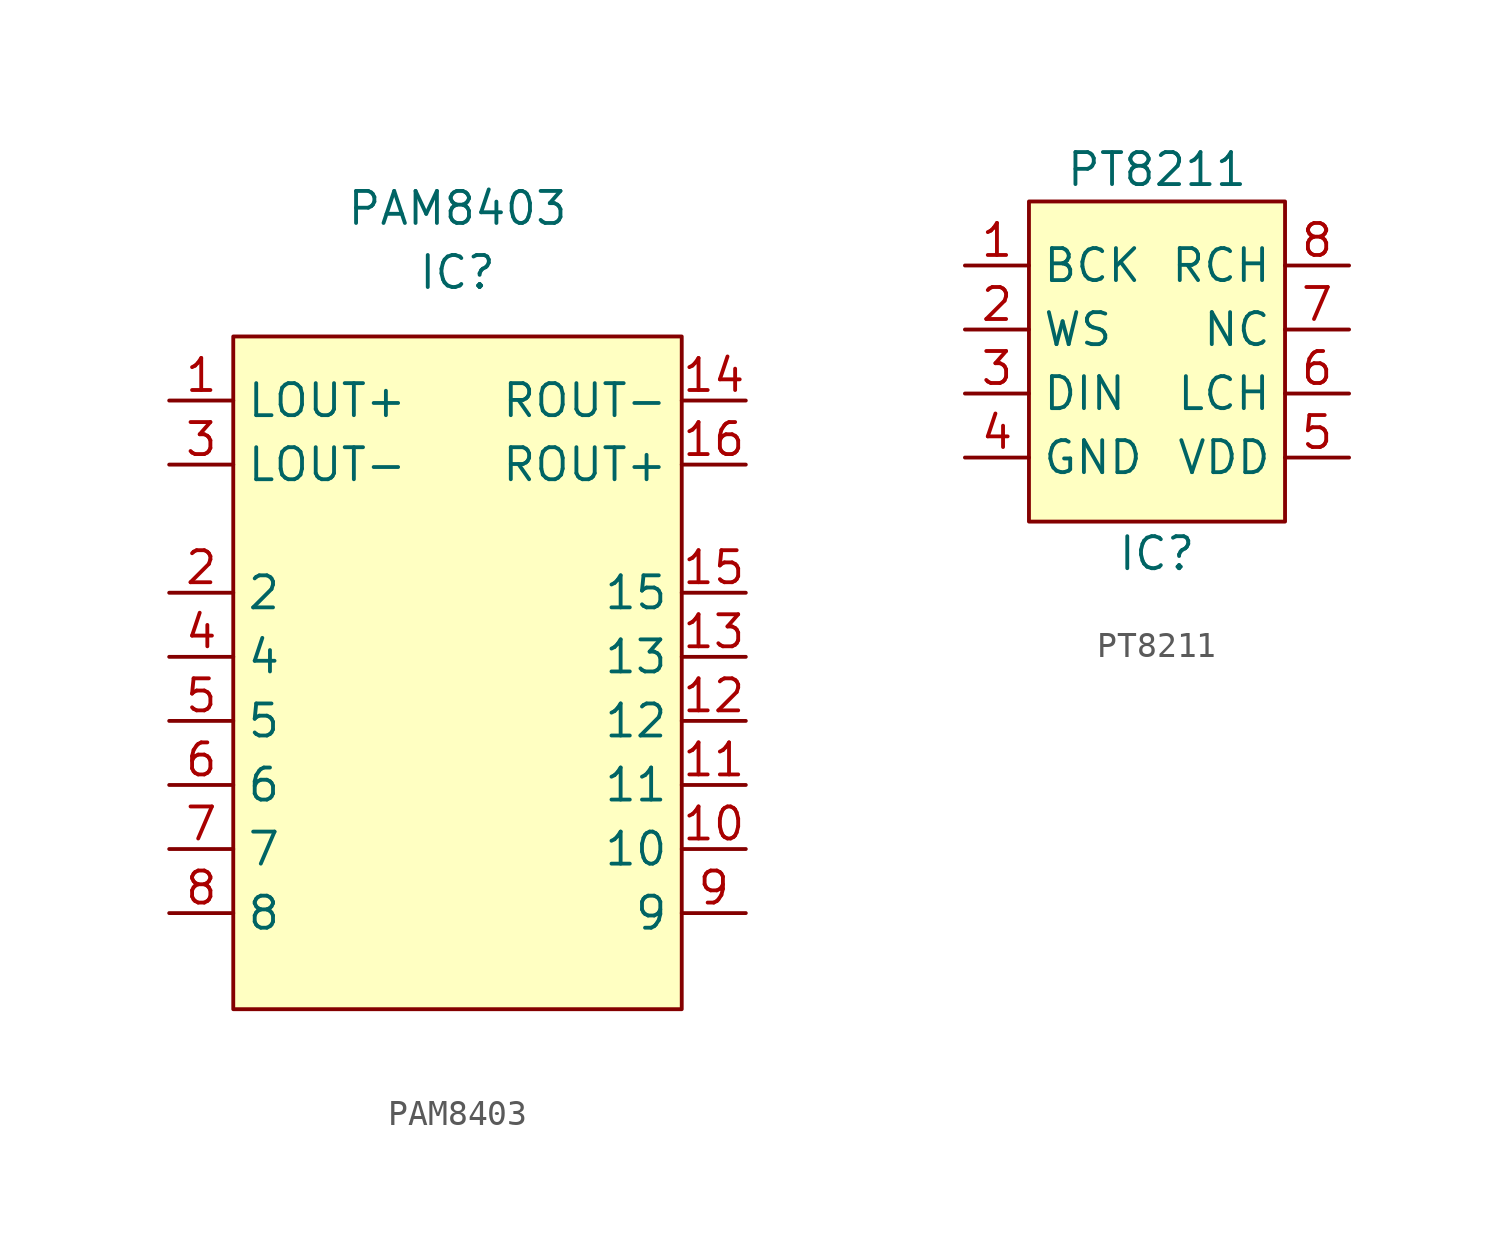
<source format=kicad_sym>
(kicad_symbol_lib
  (version 20211014)
  (generator kicad_symbol_editor)
  (symbol "PAM8403"
    (property "Reference" "IC"
      (at 0 0 0)
      (effects (font (size 1.27 1.27))))
    (property "Value" "PAM8403"
      (at 0 2.54 0)
      (effects (font (size 1.27 1.27))))
    (symbol "PAM8403_0_1"
      (rectangle (start -8.89 -2.54) (end 8.89 -29.21) (stroke (width 0) (type default) (color 0 0 0 0)) (fill (type background))))
    (symbol "PAM8403_1_1"
      (pin passive line (at -11.43 -5.08 0) (length 2.54) (name "LOUT+" (effects (font (size 1.27 1.27)))) (number "1" (effects (font (size 1.27 1.27)))))
      (pin passive line (at 11.43 -22.86 180) (length 2.54) (name "10" (effects (font (size 1.27 1.27)))) (number "10" (effects (font (size 1.27 1.27)))))
      (pin passive line (at 11.43 -20.32 180) (length 2.54) (name "11" (effects (font (size 1.27 1.27)))) (number "11" (effects (font (size 1.27 1.27)))))
      (pin passive line (at 11.43 -17.78 180) (length 2.54) (name "12" (effects (font (size 1.27 1.27)))) (number "12" (effects (font (size 1.27 1.27)))))
      (pin passive line (at 11.43 -15.24 180) (length 2.54) (name "13" (effects (font (size 1.27 1.27)))) (number "13" (effects (font (size 1.27 1.27)))))
      (pin passive line (at 11.43 -5.08 180) (length 2.54) (name "ROUT-" (effects (font (size 1.27 1.27)))) (number "14" (effects (font (size 1.27 1.27)))))
      (pin passive line (at 11.43 -12.7 180) (length 2.54) (name "15" (effects (font (size 1.27 1.27)))) (number "15" (effects (font (size 1.27 1.27)))))
      (pin passive line (at 11.43 -7.62 180) (length 2.54) (name "ROUT+" (effects (font (size 1.27 1.27)))) (number "16" (effects (font (size 1.27 1.27)))))
      (pin passive line (at -11.43 -12.7 0) (length 2.54) (name "2" (effects (font (size 1.27 1.27)))) (number "2" (effects (font (size 1.27 1.27)))))
      (pin passive line (at -11.43 -7.62 0) (length 2.54) (name "LOUT-" (effects (font (size 1.27 1.27)))) (number "3" (effects (font (size 1.27 1.27)))))
      (pin passive line (at -11.43 -15.24 0) (length 2.54) (name "4" (effects (font (size 1.27 1.27)))) (number "4" (effects (font (size 1.27 1.27)))))
      (pin passive line (at -11.43 -17.78 0) (length 2.54) (name "5" (effects (font (size 1.27 1.27)))) (number "5" (effects (font (size 1.27 1.27)))))
      (pin passive line (at -11.43 -20.32 0) (length 2.54) (name "6" (effects (font (size 1.27 1.27)))) (number "6" (effects (font (size 1.27 1.27)))))
      (pin passive line (at -11.43 -22.86 0) (length 2.54) (name "7" (effects (font (size 1.27 1.27)))) (number "7" (effects (font (size 1.27 1.27)))))
      (pin passive line (at -11.43 -25.4 0) (length 2.54) (name "8" (effects (font (size 1.27 1.27)))) (number "8" (effects (font (size 1.27 1.27)))))
      (pin passive line (at 11.43 -25.4 180) (length 2.54) (name "9" (effects (font (size 1.27 1.27)))) (number "9" (effects (font (size 1.27 1.27)))))))
  (symbol "PT8211"
    (property "Reference" "IC"
      (at 2.54 -15.24 0)
      (effects (font (size 1.27 1.27))))
    (property "Value" "PT8211"
      (at 2.54 0 0)
      (effects (font (size 1.27 1.27))))
    (symbol "PT8211_0_1"
      (rectangle (start -2.54 -1.27) (end 7.62 -13.97) (stroke (width 0) (type default) (color 0 0 0 0)) (fill (type background))))
    (symbol "PT8211_1_1"
      (pin input line (at -5.08 -3.81 0) (length 2.54) (name "BCK" (effects (font (size 1.27 1.27)))) (number "1" (effects (font (size 1.27 1.27)))))
      (pin input line (at -5.08 -6.35 0) (length 2.54) (name "WS" (effects (font (size 1.27 1.27)))) (number "2" (effects (font (size 1.27 1.27)))))
      (pin input line (at -5.08 -8.89 0) (length 2.54) (name "DIN" (effects (font (size 1.27 1.27)))) (number "3" (effects (font (size 1.27 1.27)))))
      (pin input line (at -5.08 -11.43 0) (length 2.54) (name "GND" (effects (font (size 1.27 1.27)))) (number "4" (effects (font (size 1.27 1.27)))))
      (pin input line (at 10.16 -11.43 180) (length 2.54) (name "VDD" (effects (font (size 1.27 1.27)))) (number "5" (effects (font (size 1.27 1.27)))))
      (pin input line (at 10.16 -8.89 180) (length 2.54) (name "LCH" (effects (font (size 1.27 1.27)))) (number "6" (effects (font (size 1.27 1.27)))))
      (pin input line (at 10.16 -6.35 180) (length 2.54) (name "NC" (effects (font (size 1.27 1.27)))) (number "7" (effects (font (size 1.27 1.27)))))
      (pin input line (at 10.16 -3.81 180) (length 2.54) (name "RCH" (effects (font (size 1.27 1.27)))) (number "8" (effects (font (size 1.27 1.27))))))))
</source>
